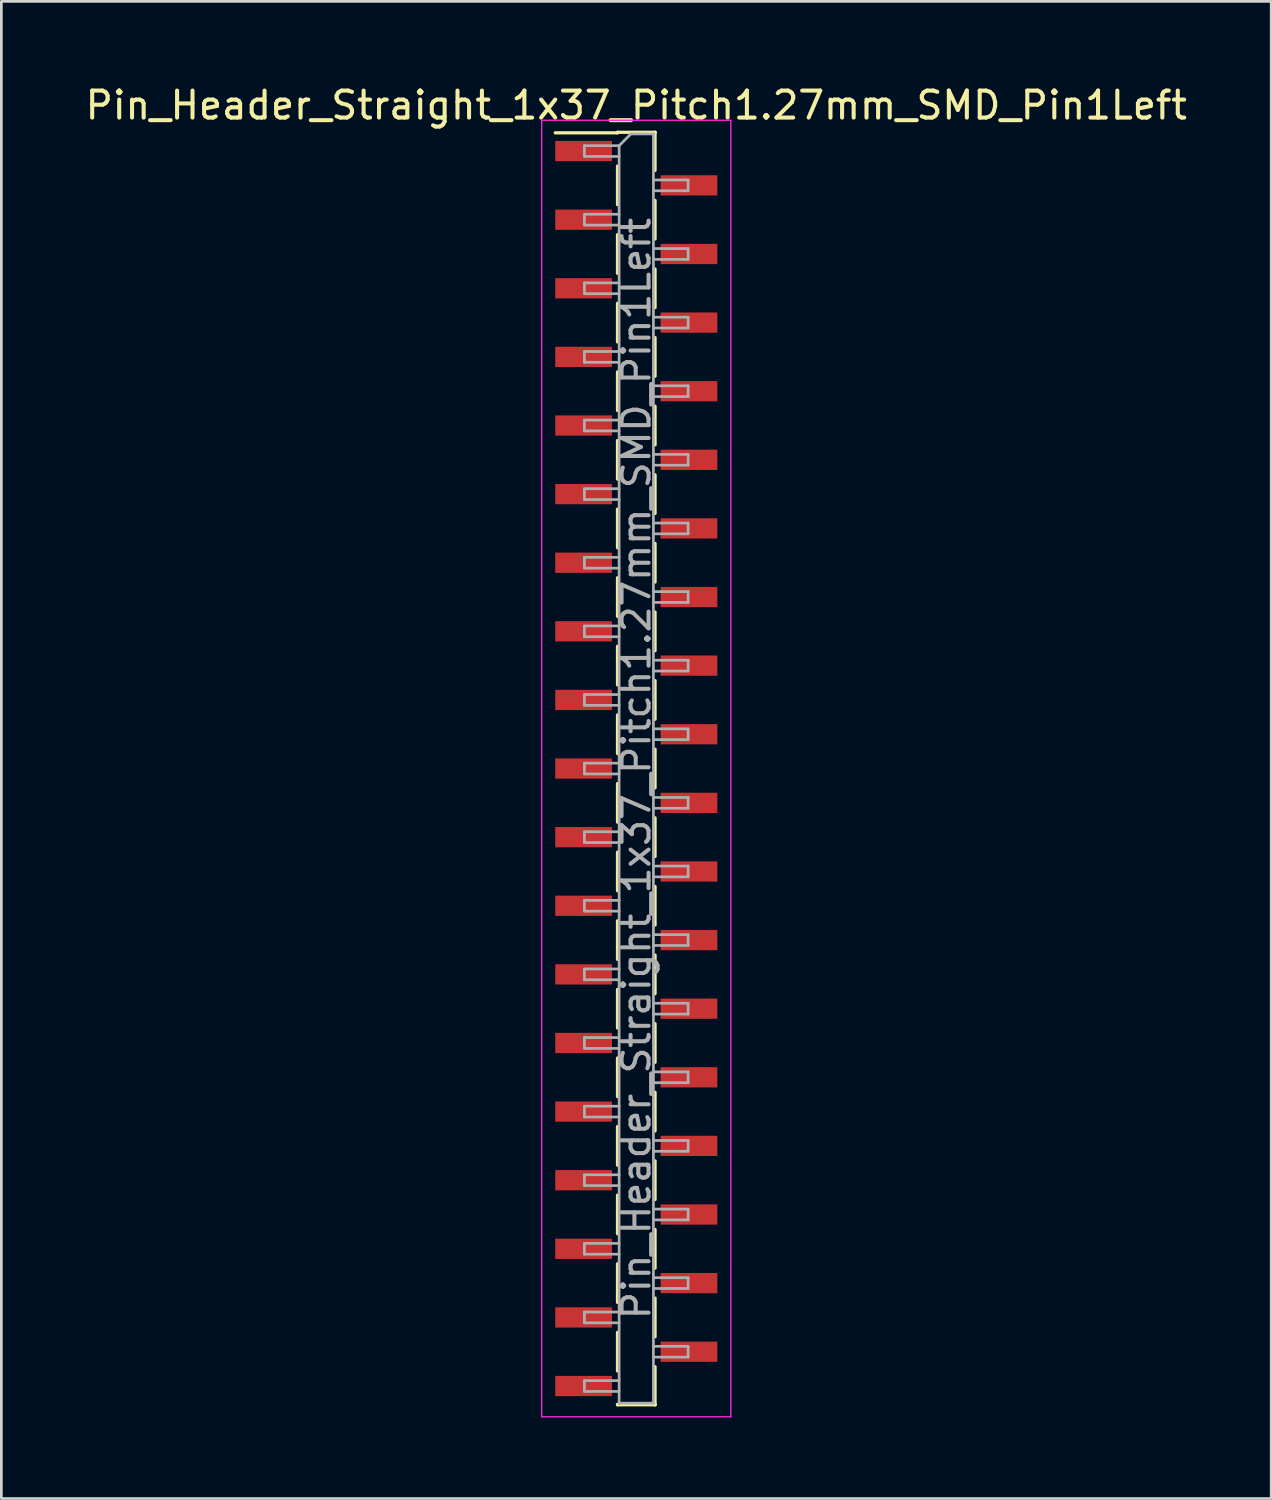
<source format=kicad_pcb>
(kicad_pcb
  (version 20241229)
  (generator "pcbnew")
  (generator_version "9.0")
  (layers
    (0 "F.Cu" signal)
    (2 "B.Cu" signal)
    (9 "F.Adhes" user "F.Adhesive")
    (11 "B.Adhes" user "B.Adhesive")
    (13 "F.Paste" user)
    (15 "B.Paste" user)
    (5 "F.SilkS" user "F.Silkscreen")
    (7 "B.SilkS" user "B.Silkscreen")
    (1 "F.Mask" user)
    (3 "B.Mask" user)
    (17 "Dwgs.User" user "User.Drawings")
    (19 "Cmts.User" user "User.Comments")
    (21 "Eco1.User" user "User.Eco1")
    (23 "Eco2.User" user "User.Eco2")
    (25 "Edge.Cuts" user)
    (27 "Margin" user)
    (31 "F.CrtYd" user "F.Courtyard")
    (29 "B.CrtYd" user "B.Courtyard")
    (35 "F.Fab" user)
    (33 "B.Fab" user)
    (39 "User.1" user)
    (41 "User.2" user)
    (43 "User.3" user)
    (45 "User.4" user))
  (footprint "Pin_Header_Straight_1x37_Pitch1.27mm_SMD_Pin1Left"
    (layer "F.Cu")
    (at 20.506 25.403)
    (property "Reference" "Pin_Header_Straight_1x37_Pitch1.27mm_SMD_Pin1Left" (at 0 -24.555 0) (layer "F.SilkS") (effects (font (size 1 1) (thickness 0.15))))
    (attr smd)
    (fp_line (start -0.695 -23.555) (end 0.695 -23.555) (stroke (width 0.12) (type solid)) (layer "F.SilkS"))
    (fp_line (start -0.695 -23.535) (end -3 -23.535) (stroke (width 0.12) (type solid)) (layer "F.SilkS"))
    (fp_line (start -0.695 -23.535) (end -0.695 -23.555) (stroke (width 0.12) (type solid)) (layer "F.SilkS"))
    (fp_line (start -0.695 -22.305) (end -0.695 -20.875) (stroke (width 0.12) (type solid)) (layer "F.SilkS"))
    (fp_line (start -0.695 -19.765) (end -0.695 -18.335) (stroke (width 0.12) (type solid)) (layer "F.SilkS"))
    (fp_line (start -0.695 -17.225) (end -0.695 -15.795) (stroke (width 0.12) (type solid)) (layer "F.SilkS"))
    (fp_line (start -0.695 -14.685) (end -0.695 -13.255) (stroke (width 0.12) (type solid)) (layer "F.SilkS"))
    (fp_line (start -0.695 -12.145) (end -0.695 -10.715) (stroke (width 0.12) (type solid)) (layer "F.SilkS"))
    (fp_line (start -0.695 -9.605) (end -0.695 -8.175) (stroke (width 0.12) (type solid)) (layer "F.SilkS"))
    (fp_line (start -0.695 -7.065) (end -0.695 -5.635) (stroke (width 0.12) (type solid)) (layer "F.SilkS"))
    (fp_line (start -0.695 -4.525) (end -0.695 -3.095) (stroke (width 0.12) (type solid)) (layer "F.SilkS"))
    (fp_line (start -0.695 -1.985) (end -0.695 -0.555) (stroke (width 0.12) (type solid)) (layer "F.SilkS"))
    (fp_line (start -0.695 0.555) (end -0.695 1.985) (stroke (width 0.12) (type solid)) (layer "F.SilkS"))
    (fp_line (start -0.695 3.095) (end -0.695 4.525) (stroke (width 0.12) (type solid)) (layer "F.SilkS"))
    (fp_line (start -0.695 5.635) (end -0.695 7.065) (stroke (width 0.12) (type solid)) (layer "F.SilkS"))
    (fp_line (start -0.695 8.175) (end -0.695 9.605) (stroke (width 0.12) (type solid)) (layer "F.SilkS"))
    (fp_line (start -0.695 10.715) (end -0.695 12.145) (stroke (width 0.12) (type solid)) (layer "F.SilkS"))
    (fp_line (start -0.695 13.255) (end -0.695 14.685) (stroke (width 0.12) (type solid)) (layer "F.SilkS"))
    (fp_line (start -0.695 15.795) (end -0.695 17.225) (stroke (width 0.12) (type solid)) (layer "F.SilkS"))
    (fp_line (start -0.695 18.335) (end -0.695 19.765) (stroke (width 0.12) (type solid)) (layer "F.SilkS"))
    (fp_line (start -0.695 20.875) (end -0.695 22.305) (stroke (width 0.12) (type solid)) (layer "F.SilkS"))
    (fp_line (start -0.695 23.535) (end -0.695 23.555) (stroke (width 0.12) (type solid)) (layer "F.SilkS"))
    (fp_line (start -0.695 23.555) (end 0.695 23.555) (stroke (width 0.12) (type solid)) (layer "F.SilkS"))
    (fp_line (start 0.695 -23.555) (end 0.695 -23.535) (stroke (width 0.12) (type solid)) (layer "F.SilkS"))
    (fp_line (start 0.695 -23.555) (end 0.695 -22.145) (stroke (width 0.12) (type solid)) (layer "F.SilkS"))
    (fp_line (start 0.695 -21.035) (end 0.695 -19.605) (stroke (width 0.12) (type solid)) (layer "F.SilkS"))
    (fp_line (start 0.695 -18.495) (end 0.695 -17.065) (stroke (width 0.12) (type solid)) (layer "F.SilkS"))
    (fp_line (start 0.695 -15.955) (end 0.695 -14.525) (stroke (width 0.12) (type solid)) (layer "F.SilkS"))
    (fp_line (start 0.695 -13.415) (end 0.695 -11.985) (stroke (width 0.12) (type solid)) (layer "F.SilkS"))
    (fp_line (start 0.695 -10.875) (end 0.695 -9.445) (stroke (width 0.12) (type solid)) (layer "F.SilkS"))
    (fp_line (start 0.695 -8.335) (end 0.695 -6.905) (stroke (width 0.12) (type solid)) (layer "F.SilkS"))
    (fp_line (start 0.695 -5.795) (end 0.695 -4.365) (stroke (width 0.12) (type solid)) (layer "F.SilkS"))
    (fp_line (start 0.695 -3.255) (end 0.695 -1.825) (stroke (width 0.12) (type solid)) (layer "F.SilkS"))
    (fp_line (start 0.695 -0.715) (end 0.695 0.715) (stroke (width 0.12) (type solid)) (layer "F.SilkS"))
    (fp_line (start 0.695 1.825) (end 0.695 3.255) (stroke (width 0.12) (type solid)) (layer "F.SilkS"))
    (fp_line (start 0.695 4.365) (end 0.695 5.795) (stroke (width 0.12) (type solid)) (layer "F.SilkS"))
    (fp_line (start 0.695 6.905) (end 0.695 8.335) (stroke (width 0.12) (type solid)) (layer "F.SilkS"))
    (fp_line (start 0.695 9.445) (end 0.695 10.875) (stroke (width 0.12) (type solid)) (layer "F.SilkS"))
    (fp_line (start 0.695 11.985) (end 0.695 13.415) (stroke (width 0.12) (type solid)) (layer "F.SilkS"))
    (fp_line (start 0.695 14.525) (end 0.695 15.955) (stroke (width 0.12) (type solid)) (layer "F.SilkS"))
    (fp_line (start 0.695 17.065) (end 0.695 18.495) (stroke (width 0.12) (type solid)) (layer "F.SilkS"))
    (fp_line (start 0.695 19.605) (end 0.695 21.035) (stroke (width 0.12) (type solid)) (layer "F.SilkS"))
    (fp_line (start 0.695 22.145) (end 0.695 23.555) (stroke (width 0.12) (type solid)) (layer "F.SilkS"))
    (fp_line (start 0.695 23.555) (end 0.695 23.535) (stroke (width 0.12) (type solid)) (layer "F.SilkS"))
    (fp_line (start -3.5 -24) (end -3.5 24) (stroke (width 0.05) (type solid)) (layer "F.CrtYd"))
    (fp_line (start -3.5 24) (end 3.5 24) (stroke (width 0.05) (type solid)) (layer "F.CrtYd"))
    (fp_line (start 3.5 -24) (end -3.5 -24) (stroke (width 0.05) (type solid)) (layer "F.CrtYd"))
    (fp_line (start 3.5 24) (end 3.5 -24) (stroke (width 0.05) (type solid)) (layer "F.CrtYd"))
    (fp_line (start -1.92 -23.06) (end -1.92 -22.66) (stroke (width 0.1) (type solid)) (layer "F.Fab"))
    (fp_line (start -1.92 -22.66) (end -0.635 -22.66) (stroke (width 0.1) (type solid)) (layer "F.Fab"))
    (fp_line (start -1.92 -20.52) (end -1.92 -20.12) (stroke (width 0.1) (type solid)) (layer "F.Fab"))
    (fp_line (start -1.92 -20.12) (end -0.635 -20.12) (stroke (width 0.1) (type solid)) (layer "F.Fab"))
    (fp_line (start -1.92 -17.98) (end -1.92 -17.58) (stroke (width 0.1) (type solid)) (layer "F.Fab"))
    (fp_line (start -1.92 -17.58) (end -0.635 -17.58) (stroke (width 0.1) (type solid)) (layer "F.Fab"))
    (fp_line (start -1.92 -15.44) (end -1.92 -15.04) (stroke (width 0.1) (type solid)) (layer "F.Fab"))
    (fp_line (start -1.92 -15.04) (end -0.635 -15.04) (stroke (width 0.1) (type solid)) (layer "F.Fab"))
    (fp_line (start -1.92 -12.9) (end -1.92 -12.5) (stroke (width 0.1) (type solid)) (layer "F.Fab"))
    (fp_line (start -1.92 -12.5) (end -0.635 -12.5) (stroke (width 0.1) (type solid)) (layer "F.Fab"))
    (fp_line (start -1.92 -10.36) (end -1.92 -9.96) (stroke (width 0.1) (type solid)) (layer "F.Fab"))
    (fp_line (start -1.92 -9.96) (end -0.635 -9.96) (stroke (width 0.1) (type solid)) (layer "F.Fab"))
    (fp_line (start -1.92 -7.82) (end -1.92 -7.42) (stroke (width 0.1) (type solid)) (layer "F.Fab"))
    (fp_line (start -1.92 -7.42) (end -0.635 -7.42) (stroke (width 0.1) (type solid)) (layer "F.Fab"))
    (fp_line (start -1.92 -5.28) (end -1.92 -4.88) (stroke (width 0.1) (type solid)) (layer "F.Fab"))
    (fp_line (start -1.92 -4.88) (end -0.635 -4.88) (stroke (width 0.1) (type solid)) (layer "F.Fab"))
    (fp_line (start -1.92 -2.74) (end -1.92 -2.34) (stroke (width 0.1) (type solid)) (layer "F.Fab"))
    (fp_line (start -1.92 -2.34) (end -0.635 -2.34) (stroke (width 0.1) (type solid)) (layer "F.Fab"))
    (fp_line (start -1.92 -0.2) (end -1.92 0.2) (stroke (width 0.1) (type solid)) (layer "F.Fab"))
    (fp_line (start -1.92 0.2) (end -0.635 0.2) (stroke (width 0.1) (type solid)) (layer "F.Fab"))
    (fp_line (start -1.92 2.34) (end -1.92 2.74) (stroke (width 0.1) (type solid)) (layer "F.Fab"))
    (fp_line (start -1.92 2.74) (end -0.635 2.74) (stroke (width 0.1) (type solid)) (layer "F.Fab"))
    (fp_line (start -1.92 4.88) (end -1.92 5.28) (stroke (width 0.1) (type solid)) (layer "F.Fab"))
    (fp_line (start -1.92 5.28) (end -0.635 5.28) (stroke (width 0.1) (type solid)) (layer "F.Fab"))
    (fp_line (start -1.92 7.42) (end -1.92 7.82) (stroke (width 0.1) (type solid)) (layer "F.Fab"))
    (fp_line (start -1.92 7.82) (end -0.635 7.82) (stroke (width 0.1) (type solid)) (layer "F.Fab"))
    (fp_line (start -1.92 9.96) (end -1.92 10.36) (stroke (width 0.1) (type solid)) (layer "F.Fab"))
    (fp_line (start -1.92 10.36) (end -0.635 10.36) (stroke (width 0.1) (type solid)) (layer "F.Fab"))
    (fp_line (start -1.92 12.5) (end -1.92 12.9) (stroke (width 0.1) (type solid)) (layer "F.Fab"))
    (fp_line (start -1.92 12.9) (end -0.635 12.9) (stroke (width 0.1) (type solid)) (layer "F.Fab"))
    (fp_line (start -1.92 15.04) (end -1.92 15.44) (stroke (width 0.1) (type solid)) (layer "F.Fab"))
    (fp_line (start -1.92 15.44) (end -0.635 15.44) (stroke (width 0.1) (type solid)) (layer "F.Fab"))
    (fp_line (start -1.92 17.58) (end -1.92 17.98) (stroke (width 0.1) (type solid)) (layer "F.Fab"))
    (fp_line (start -1.92 17.98) (end -0.635 17.98) (stroke (width 0.1) (type solid)) (layer "F.Fab"))
    (fp_line (start -1.92 20.12) (end -1.92 20.52) (stroke (width 0.1) (type solid)) (layer "F.Fab"))
    (fp_line (start -1.92 20.52) (end -0.635 20.52) (stroke (width 0.1) (type solid)) (layer "F.Fab"))
    (fp_line (start -1.92 22.66) (end -1.92 23.06) (stroke (width 0.1) (type solid)) (layer "F.Fab"))
    (fp_line (start -1.92 23.06) (end -0.635 23.06) (stroke (width 0.1) (type solid)) (layer "F.Fab"))
    (fp_line (start -0.635 -23.06) (end -1.92 -23.06) (stroke (width 0.1) (type solid)) (layer "F.Fab"))
    (fp_line (start -0.635 -23.06) (end -0.2 -23.495) (stroke (width 0.1) (type solid)) (layer "F.Fab"))
    (fp_line (start -0.635 -20.52) (end -1.92 -20.52) (stroke (width 0.1) (type solid)) (layer "F.Fab"))
    (fp_line (start -0.635 -17.98) (end -1.92 -17.98) (stroke (width 0.1) (type solid)) (layer "F.Fab"))
    (fp_line (start -0.635 -15.44) (end -1.92 -15.44) (stroke (width 0.1) (type solid)) (layer "F.Fab"))
    (fp_line (start -0.635 -12.9) (end -1.92 -12.9) (stroke (width 0.1) (type solid)) (layer "F.Fab"))
    (fp_line (start -0.635 -10.36) (end -1.92 -10.36) (stroke (width 0.1) (type solid)) (layer "F.Fab"))
    (fp_line (start -0.635 -7.82) (end -1.92 -7.82) (stroke (width 0.1) (type solid)) (layer "F.Fab"))
    (fp_line (start -0.635 -5.28) (end -1.92 -5.28) (stroke (width 0.1) (type solid)) (layer "F.Fab"))
    (fp_line (start -0.635 -2.74) (end -1.92 -2.74) (stroke (width 0.1) (type solid)) (layer "F.Fab"))
    (fp_line (start -0.635 -0.2) (end -1.92 -0.2) (stroke (width 0.1) (type solid)) (layer "F.Fab"))
    (fp_line (start -0.635 2.34) (end -1.92 2.34) (stroke (width 0.1) (type solid)) (layer "F.Fab"))
    (fp_line (start -0.635 4.88) (end -1.92 4.88) (stroke (width 0.1) (type solid)) (layer "F.Fab"))
    (fp_line (start -0.635 7.42) (end -1.92 7.42) (stroke (width 0.1) (type solid)) (layer "F.Fab"))
    (fp_line (start -0.635 9.96) (end -1.92 9.96) (stroke (width 0.1) (type solid)) (layer "F.Fab"))
    (fp_line (start -0.635 12.5) (end -1.92 12.5) (stroke (width 0.1) (type solid)) (layer "F.Fab"))
    (fp_line (start -0.635 15.04) (end -1.92 15.04) (stroke (width 0.1) (type solid)) (layer "F.Fab"))
    (fp_line (start -0.635 17.58) (end -1.92 17.58) (stroke (width 0.1) (type solid)) (layer "F.Fab"))
    (fp_line (start -0.635 20.12) (end -1.92 20.12) (stroke (width 0.1) (type solid)) (layer "F.Fab"))
    (fp_line (start -0.635 22.66) (end -1.92 22.66) (stroke (width 0.1) (type solid)) (layer "F.Fab"))
    (fp_line (start -0.635 23.495) (end -0.635 -23.06) (stroke (width 0.1) (type solid)) (layer "F.Fab"))
    (fp_line (start -0.2 -23.495) (end 0.635 -23.495) (stroke (width 0.1) (type solid)) (layer "F.Fab"))
    (fp_line (start 0.635 -23.495) (end 0.635 23.495) (stroke (width 0.1) (type solid)) (layer "F.Fab"))
    (fp_line (start 0.635 -21.79) (end 1.92 -21.79) (stroke (width 0.1) (type solid)) (layer "F.Fab"))
    (fp_line (start 0.635 -19.25) (end 1.92 -19.25) (stroke (width 0.1) (type solid)) (layer "F.Fab"))
    (fp_line (start 0.635 -16.71) (end 1.92 -16.71) (stroke (width 0.1) (type solid)) (layer "F.Fab"))
    (fp_line (start 0.635 -14.17) (end 1.92 -14.17) (stroke (width 0.1) (type solid)) (layer "F.Fab"))
    (fp_line (start 0.635 -11.63) (end 1.92 -11.63) (stroke (width 0.1) (type solid)) (layer "F.Fab"))
    (fp_line (start 0.635 -9.09) (end 1.92 -9.09) (stroke (width 0.1) (type solid)) (layer "F.Fab"))
    (fp_line (start 0.635 -6.55) (end 1.92 -6.55) (stroke (width 0.1) (type solid)) (layer "F.Fab"))
    (fp_line (start 0.635 -4.01) (end 1.92 -4.01) (stroke (width 0.1) (type solid)) (layer "F.Fab"))
    (fp_line (start 0.635 -1.47) (end 1.92 -1.47) (stroke (width 0.1) (type solid)) (layer "F.Fab"))
    (fp_line (start 0.635 1.07) (end 1.92 1.07) (stroke (width 0.1) (type solid)) (layer "F.Fab"))
    (fp_line (start 0.635 3.61) (end 1.92 3.61) (stroke (width 0.1) (type solid)) (layer "F.Fab"))
    (fp_line (start 0.635 6.15) (end 1.92 6.15) (stroke (width 0.1) (type solid)) (layer "F.Fab"))
    (fp_line (start 0.635 8.69) (end 1.92 8.69) (stroke (width 0.1) (type solid)) (layer "F.Fab"))
    (fp_line (start 0.635 11.23) (end 1.92 11.23) (stroke (width 0.1) (type solid)) (layer "F.Fab"))
    (fp_line (start 0.635 13.77) (end 1.92 13.77) (stroke (width 0.1) (type solid)) (layer "F.Fab"))
    (fp_line (start 0.635 16.31) (end 1.92 16.31) (stroke (width 0.1) (type solid)) (layer "F.Fab"))
    (fp_line (start 0.635 18.85) (end 1.92 18.85) (stroke (width 0.1) (type solid)) (layer "F.Fab"))
    (fp_line (start 0.635 21.39) (end 1.92 21.39) (stroke (width 0.1) (type solid)) (layer "F.Fab"))
    (fp_line (start 0.635 23.495) (end -0.635 23.495) (stroke (width 0.1) (type solid)) (layer "F.Fab"))
    (fp_line (start 1.92 -21.79) (end 1.92 -21.39) (stroke (width 0.1) (type solid)) (layer "F.Fab"))
    (fp_line (start 1.92 -21.39) (end 0.635 -21.39) (stroke (width 0.1) (type solid)) (layer "F.Fab"))
    (fp_line (start 1.92 -19.25) (end 1.92 -18.85) (stroke (width 0.1) (type solid)) (layer "F.Fab"))
    (fp_line (start 1.92 -18.85) (end 0.635 -18.85) (stroke (width 0.1) (type solid)) (layer "F.Fab"))
    (fp_line (start 1.92 -16.71) (end 1.92 -16.31) (stroke (width 0.1) (type solid)) (layer "F.Fab"))
    (fp_line (start 1.92 -16.31) (end 0.635 -16.31) (stroke (width 0.1) (type solid)) (layer "F.Fab"))
    (fp_line (start 1.92 -14.17) (end 1.92 -13.77) (stroke (width 0.1) (type solid)) (layer "F.Fab"))
    (fp_line (start 1.92 -13.77) (end 0.635 -13.77) (stroke (width 0.1) (type solid)) (layer "F.Fab"))
    (fp_line (start 1.92 -11.63) (end 1.92 -11.23) (stroke (width 0.1) (type solid)) (layer "F.Fab"))
    (fp_line (start 1.92 -11.23) (end 0.635 -11.23) (stroke (width 0.1) (type solid)) (layer "F.Fab"))
    (fp_line (start 1.92 -9.09) (end 1.92 -8.69) (stroke (width 0.1) (type solid)) (layer "F.Fab"))
    (fp_line (start 1.92 -8.69) (end 0.635 -8.69) (stroke (width 0.1) (type solid)) (layer "F.Fab"))
    (fp_line (start 1.92 -6.55) (end 1.92 -6.15) (stroke (width 0.1) (type solid)) (layer "F.Fab"))
    (fp_line (start 1.92 -6.15) (end 0.635 -6.15) (stroke (width 0.1) (type solid)) (layer "F.Fab"))
    (fp_line (start 1.92 -4.01) (end 1.92 -3.61) (stroke (width 0.1) (type solid)) (layer "F.Fab"))
    (fp_line (start 1.92 -3.61) (end 0.635 -3.61) (stroke (width 0.1) (type solid)) (layer "F.Fab"))
    (fp_line (start 1.92 -1.47) (end 1.92 -1.07) (stroke (width 0.1) (type solid)) (layer "F.Fab"))
    (fp_line (start 1.92 -1.07) (end 0.635 -1.07) (stroke (width 0.1) (type solid)) (layer "F.Fab"))
    (fp_line (start 1.92 1.07) (end 1.92 1.47) (stroke (width 0.1) (type solid)) (layer "F.Fab"))
    (fp_line (start 1.92 1.47) (end 0.635 1.47) (stroke (width 0.1) (type solid)) (layer "F.Fab"))
    (fp_line (start 1.92 3.61) (end 1.92 4.01) (stroke (width 0.1) (type solid)) (layer "F.Fab"))
    (fp_line (start 1.92 4.01) (end 0.635 4.01) (stroke (width 0.1) (type solid)) (layer "F.Fab"))
    (fp_line (start 1.92 6.15) (end 1.92 6.55) (stroke (width 0.1) (type solid)) (layer "F.Fab"))
    (fp_line (start 1.92 6.55) (end 0.635 6.55) (stroke (width 0.1) (type solid)) (layer "F.Fab"))
    (fp_line (start 1.92 8.69) (end 1.92 9.09) (stroke (width 0.1) (type solid)) (layer "F.Fab"))
    (fp_line (start 1.92 9.09) (end 0.635 9.09) (stroke (width 0.1) (type solid)) (layer "F.Fab"))
    (fp_line (start 1.92 11.23) (end 1.92 11.63) (stroke (width 0.1) (type solid)) (layer "F.Fab"))
    (fp_line (start 1.92 11.63) (end 0.635 11.63) (stroke (width 0.1) (type solid)) (layer "F.Fab"))
    (fp_line (start 1.92 13.77) (end 1.92 14.17) (stroke (width 0.1) (type solid)) (layer "F.Fab"))
    (fp_line (start 1.92 14.17) (end 0.635 14.17) (stroke (width 0.1) (type solid)) (layer "F.Fab"))
    (fp_line (start 1.92 16.31) (end 1.92 16.71) (stroke (width 0.1) (type solid)) (layer "F.Fab"))
    (fp_line (start 1.92 16.71) (end 0.635 16.71) (stroke (width 0.1) (type solid)) (layer "F.Fab"))
    (fp_line (start 1.92 18.85) (end 1.92 19.25) (stroke (width 0.1) (type solid)) (layer "F.Fab"))
    (fp_line (start 1.92 19.25) (end 0.635 19.25) (stroke (width 0.1) (type solid)) (layer "F.Fab"))
    (fp_line (start 1.92 21.39) (end 1.92 21.79) (stroke (width 0.1) (type solid)) (layer "F.Fab"))
    (fp_line (start 1.92 21.79) (end 0.635 21.79) (stroke (width 0.1) (type solid)) (layer "F.Fab"))
    (fp_text user "${REFERENCE}" (at 0 0 90) (layer "F.Fab") (effects (font (size 1 1) (thickness 0.15))))
    (pad "1" smd rect (at -1.95 -22.86) (size 2.1 0.75) (layers "F.Cu" "F.Mask" "F.Paste"))
    (pad "2" smd rect (at 1.95 -21.59) (size 2.1 0.75) (layers "F.Cu" "F.Mask" "F.Paste"))
    (pad "3" smd rect (at -1.95 -20.32) (size 2.1 0.75) (layers "F.Cu" "F.Mask" "F.Paste"))
    (pad "4" smd rect (at 1.95 -19.05) (size 2.1 0.75) (layers "F.Cu" "F.Mask" "F.Paste"))
    (pad "5" smd rect (at -1.95 -17.78) (size 2.1 0.75) (layers "F.Cu" "F.Mask" "F.Paste"))
    (pad "6" smd rect (at 1.95 -16.51) (size 2.1 0.75) (layers "F.Cu" "F.Mask" "F.Paste"))
    (pad "7" smd rect (at -1.95 -15.24) (size 2.1 0.75) (layers "F.Cu" "F.Mask" "F.Paste"))
    (pad "8" smd rect (at 1.95 -13.97) (size 2.1 0.75) (layers "F.Cu" "F.Mask" "F.Paste"))
    (pad "9" smd rect (at -1.95 -12.7) (size 2.1 0.75) (layers "F.Cu" "F.Mask" "F.Paste"))
    (pad "10" smd rect (at 1.95 -11.43) (size 2.1 0.75) (layers "F.Cu" "F.Mask" "F.Paste"))
    (pad "11" smd rect (at -1.95 -10.16) (size 2.1 0.75) (layers "F.Cu" "F.Mask" "F.Paste"))
    (pad "12" smd rect (at 1.95 -8.89) (size 2.1 0.75) (layers "F.Cu" "F.Mask" "F.Paste"))
    (pad "13" smd rect (at -1.95 -7.62) (size 2.1 0.75) (layers "F.Cu" "F.Mask" "F.Paste"))
    (pad "14" smd rect (at 1.95 -6.35) (size 2.1 0.75) (layers "F.Cu" "F.Mask" "F.Paste"))
    (pad "15" smd rect (at -1.95 -5.08) (size 2.1 0.75) (layers "F.Cu" "F.Mask" "F.Paste"))
    (pad "16" smd rect (at 1.95 -3.81) (size 2.1 0.75) (layers "F.Cu" "F.Mask" "F.Paste"))
    (pad "17" smd rect (at -1.95 -2.54) (size 2.1 0.75) (layers "F.Cu" "F.Mask" "F.Paste"))
    (pad "18" smd rect (at 1.95 -1.27) (size 2.1 0.75) (layers "F.Cu" "F.Mask" "F.Paste"))
    (pad "19" smd rect (at -1.95 0) (size 2.1 0.75) (layers "F.Cu" "F.Mask" "F.Paste"))
    (pad "20" smd rect (at 1.95 1.27) (size 2.1 0.75) (layers "F.Cu" "F.Mask" "F.Paste"))
    (pad "21" smd rect (at -1.95 2.54) (size 2.1 0.75) (layers "F.Cu" "F.Mask" "F.Paste"))
    (pad "22" smd rect (at 1.95 3.81) (size 2.1 0.75) (layers "F.Cu" "F.Mask" "F.Paste"))
    (pad "23" smd rect (at -1.95 5.08) (size 2.1 0.75) (layers "F.Cu" "F.Mask" "F.Paste"))
    (pad "24" smd rect (at 1.95 6.35) (size 2.1 0.75) (layers "F.Cu" "F.Mask" "F.Paste"))
    (pad "25" smd rect (at -1.95 7.62) (size 2.1 0.75) (layers "F.Cu" "F.Mask" "F.Paste"))
    (pad "26" smd rect (at 1.95 8.89) (size 2.1 0.75) (layers "F.Cu" "F.Mask" "F.Paste"))
    (pad "27" smd rect (at -1.95 10.16) (size 2.1 0.75) (layers "F.Cu" "F.Mask" "F.Paste"))
    (pad "28" smd rect (at 1.95 11.43) (size 2.1 0.75) (layers "F.Cu" "F.Mask" "F.Paste"))
    (pad "29" smd rect (at -1.95 12.7) (size 2.1 0.75) (layers "F.Cu" "F.Mask" "F.Paste"))
    (pad "30" smd rect (at 1.95 13.97) (size 2.1 0.75) (layers "F.Cu" "F.Mask" "F.Paste"))
    (pad "31" smd rect (at -1.95 15.24) (size 2.1 0.75) (layers "F.Cu" "F.Mask" "F.Paste"))
    (pad "32" smd rect (at 1.95 16.51) (size 2.1 0.75) (layers "F.Cu" "F.Mask" "F.Paste"))
    (pad "33" smd rect (at -1.95 17.78) (size 2.1 0.75) (layers "F.Cu" "F.Mask" "F.Paste"))
    (pad "34" smd rect (at 1.95 19.05) (size 2.1 0.75) (layers "F.Cu" "F.Mask" "F.Paste"))
    (pad "35" smd rect (at -1.95 20.32) (size 2.1 0.75) (layers "F.Cu" "F.Mask" "F.Paste"))
    (pad "36" smd rect (at 1.95 21.59) (size 2.1 0.75) (layers "F.Cu" "F.Mask" "F.Paste"))
    (pad "37" smd rect (at -1.95 22.86) (size 2.1 0.75) (layers "F.Cu" "F.Mask" "F.Paste")))
  (gr_rect
    (start -3 -3)
    (end 44.012 52.428)
    (stroke (width 0.1) (type default))
    (fill no)
    (layer "Edge.Cuts")))
</source>
